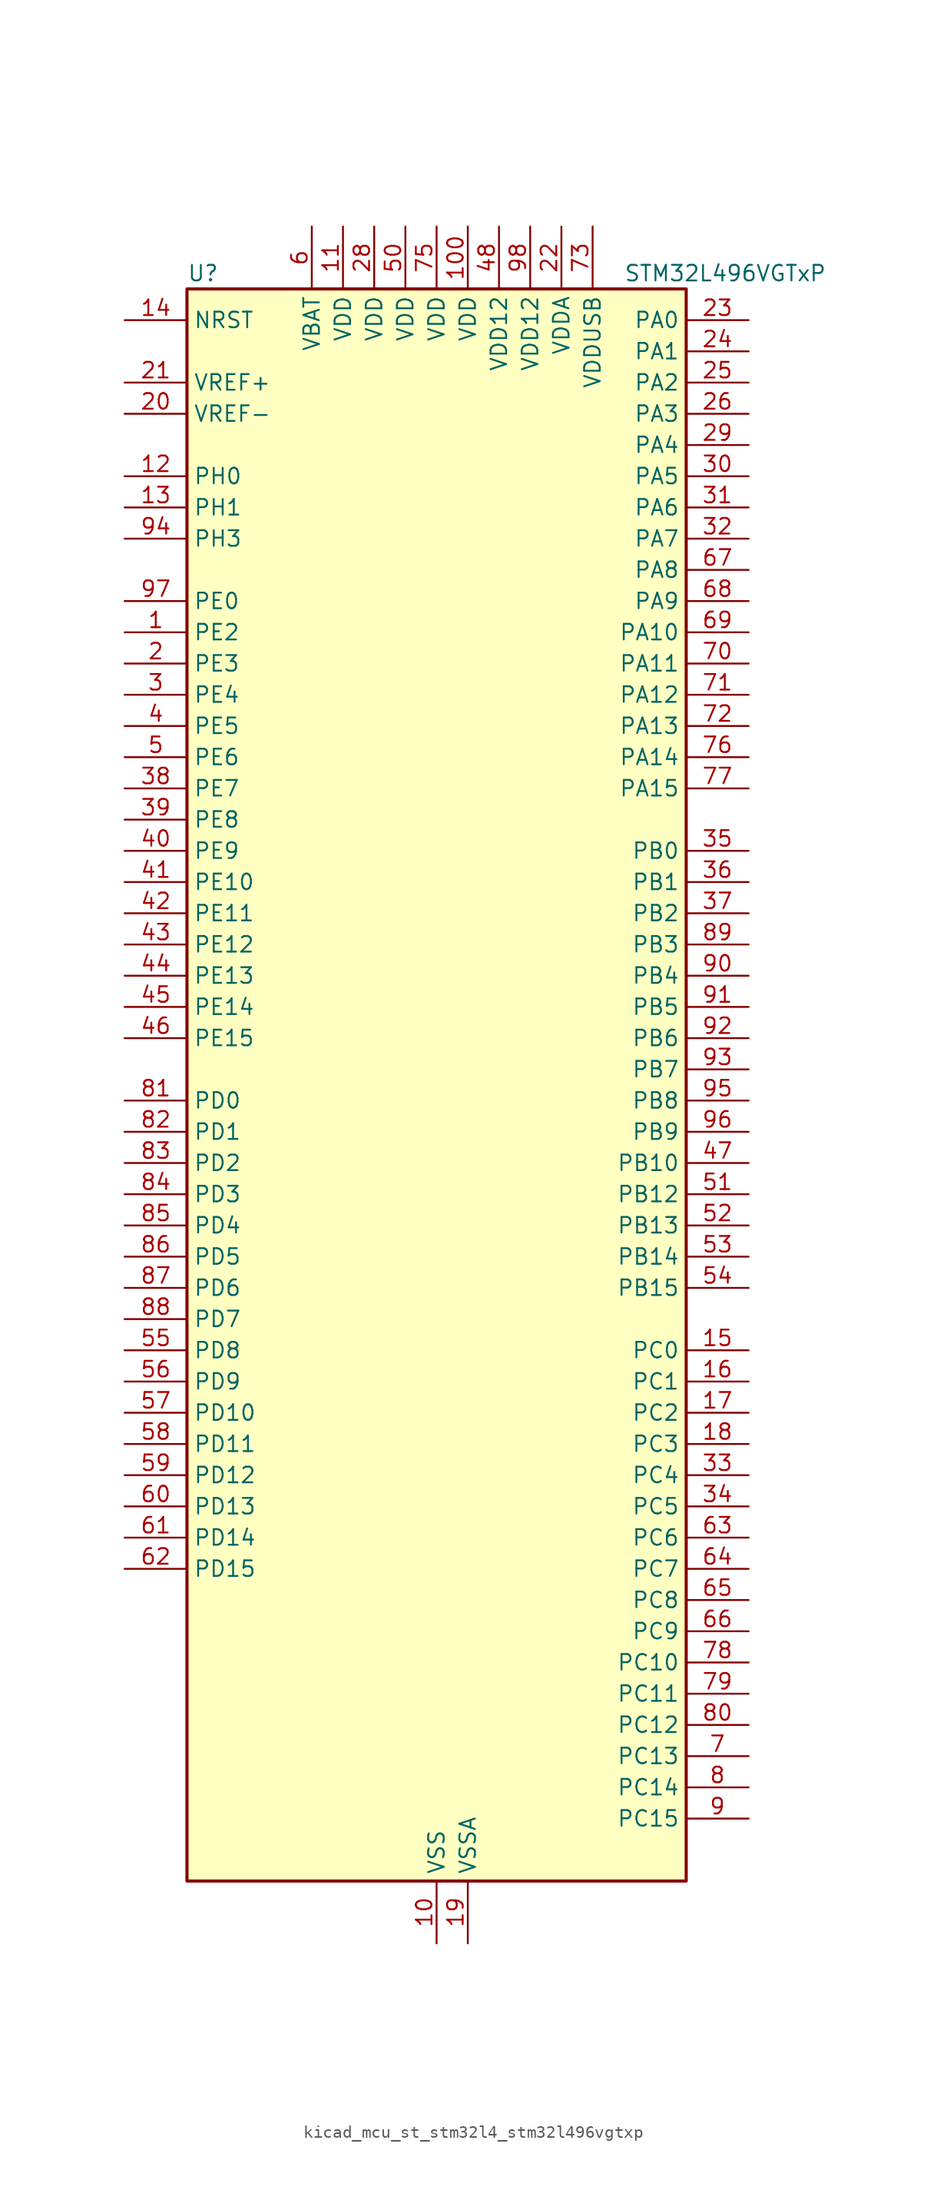
<source format=kicad_sym>
(kicad_symbol_lib
  (version 20220914)
  (generator kicad_symbol_editor)
  (symbol "kicad_mcu_st_stm32l4_stm32l496vgtxp"
    (property "Reference" "U"
      (at -20.32 67.31 0)
      (effects (font (size 1.27 1.27)) (justify left)))
    (property "Value" "STM32L496VGTxP"
      (at 15.24 67.31 0)
      (effects (font (size 1.27 1.27)) (justify left)))
    (property "ki_locked" ""
      (at 0 0 0)
      (effects (font (size 1.27 1.27))))
    (symbol "kicad_mcu_st_stm32l4_stm32l496vgtxp_0_1"
      (rectangle (start -20.32 -63.5) (end 20.32 66.04) (stroke (width 0.254) (type default)) (fill (type background))))
    (symbol "kicad_mcu_st_stm32l4_stm32l496vgtxp_1_1"
      (pin bidirectional line (at -25.4 38.1 0) (length 5.08) (name "PE2" (effects (font (size 1.27 1.27)))) (number "1" (effects (font (size 1.27 1.27)))) (alternate "FMC_A23" bidirectional line) (alternate "LCD_SEG38" bidirectional line) (alternate "SAI1_MCLK_A" bidirectional line) (alternate "SYS_TRACECLK" bidirectional line) (alternate "TIM3_ETR" bidirectional line) (alternate "TSC_G7_IO1" bidirectional line))
      (pin power_in line (at 0 -68.58 90) (length 5.08) (name "VSS" (effects (font (size 1.27 1.27)))) (number "10" (effects (font (size 1.27 1.27)))))
      (pin power_in line (at 2.54 71.12 270) (length 5.08) (name "VDD" (effects (font (size 1.27 1.27)))) (number "100" (effects (font (size 1.27 1.27)))))
      (pin power_in line (at -7.62 71.12 270) (length 5.08) (name "VDD" (effects (font (size 1.27 1.27)))) (number "11" (effects (font (size 1.27 1.27)))))
      (pin bidirectional line (at -25.4 50.8 0) (length 5.08) (name "PH0" (effects (font (size 1.27 1.27)))) (number "12" (effects (font (size 1.27 1.27)))) (alternate "RCC_OSC_IN" bidirectional line))
      (pin bidirectional line (at -25.4 48.26 0) (length 5.08) (name "PH1" (effects (font (size 1.27 1.27)))) (number "13" (effects (font (size 1.27 1.27)))) (alternate "RCC_OSC_OUT" bidirectional line))
      (pin input line (at -25.4 63.5 0) (length 5.08) (name "NRST" (effects (font (size 1.27 1.27)))) (number "14" (effects (font (size 1.27 1.27)))))
      (pin bidirectional line (at 25.4 -20.32 180) (length 5.08) (name "PC0" (effects (font (size 1.27 1.27)))) (number "15" (effects (font (size 1.27 1.27)))) (alternate "ADC1_IN1" bidirectional line) (alternate "ADC2_IN1" bidirectional line) (alternate "ADC3_IN1" bidirectional line) (alternate "DFSDM1_DATIN4" bidirectional line) (alternate "I2C3_SCL" bidirectional line) (alternate "I2C4_SCL" bidirectional line) (alternate "LCD_SEG18" bidirectional line) (alternate "LPTIM1_IN1" bidirectional line) (alternate "LPTIM2_IN1" bidirectional line) (alternate "LPUART1_RX" bidirectional line))
      (pin bidirectional line (at 25.4 -22.86 180) (length 5.08) (name "PC1" (effects (font (size 1.27 1.27)))) (number "16" (effects (font (size 1.27 1.27)))) (alternate "ADC1_IN2" bidirectional line) (alternate "ADC2_IN2" bidirectional line) (alternate "ADC3_IN2" bidirectional line) (alternate "DFSDM1_CKIN4" bidirectional line) (alternate "I2C3_SDA" bidirectional line) (alternate "I2C4_SDA" bidirectional line) (alternate "LCD_SEG19" bidirectional line) (alternate "LPTIM1_OUT" bidirectional line) (alternate "LPUART1_TX" bidirectional line) (alternate "QUADSPI_BK2_IO0" bidirectional line) (alternate "SAI1_SD_A" bidirectional line) (alternate "SPI2_MOSI" bidirectional line) (alternate "SYS_TRACED0" bidirectional line))
      (pin bidirectional line (at 25.4 -25.4 180) (length 5.08) (name "PC2" (effects (font (size 1.27 1.27)))) (number "17" (effects (font (size 1.27 1.27)))) (alternate "ADC1_IN3" bidirectional line) (alternate "ADC2_IN3" bidirectional line) (alternate "ADC3_IN3" bidirectional line) (alternate "DFSDM1_CKOUT" bidirectional line) (alternate "LCD_SEG20" bidirectional line) (alternate "LPTIM1_IN2" bidirectional line) (alternate "QUADSPI_BK2_IO1" bidirectional line) (alternate "SPI2_MISO" bidirectional line))
      (pin bidirectional line (at 25.4 -27.94 180) (length 5.08) (name "PC3" (effects (font (size 1.27 1.27)))) (number "18" (effects (font (size 1.27 1.27)))) (alternate "ADC1_IN4" bidirectional line) (alternate "ADC2_IN4" bidirectional line) (alternate "ADC3_IN4" bidirectional line) (alternate "LCD_VLCD" bidirectional line) (alternate "LPTIM1_ETR" bidirectional line) (alternate "LPTIM2_ETR" bidirectional line) (alternate "QUADSPI_BK2_IO2" bidirectional line) (alternate "SAI1_SD_A" bidirectional line) (alternate "SPI2_MOSI" bidirectional line))
      (pin power_in line (at 2.54 -68.58 90) (length 5.08) (name "VSSA" (effects (font (size 1.27 1.27)))) (number "19" (effects (font (size 1.27 1.27)))))
      (pin bidirectional line (at -25.4 35.56 0) (length 5.08) (name "PE3" (effects (font (size 1.27 1.27)))) (number "2" (effects (font (size 1.27 1.27)))) (alternate "FMC_A19" bidirectional line) (alternate "LCD_SEG39" bidirectional line) (alternate "SAI1_SD_B" bidirectional line) (alternate "SYS_TRACED0" bidirectional line) (alternate "TIM3_CH1" bidirectional line) (alternate "TSC_G7_IO2" bidirectional line))
      (pin input line (at -25.4 55.88 0) (length 5.08) (name "VREF-" (effects (font (size 1.27 1.27)))) (number "20" (effects (font (size 1.27 1.27)))))
      (pin input line (at -25.4 58.42 0) (length 5.08) (name "VREF+" (effects (font (size 1.27 1.27)))) (number "21" (effects (font (size 1.27 1.27)))) (alternate "VREFBUF_OUT" bidirectional line))
      (pin power_in line (at 10.16 71.12 270) (length 5.08) (name "VDDA" (effects (font (size 1.27 1.27)))) (number "22" (effects (font (size 1.27 1.27)))))
      (pin bidirectional line (at 25.4 63.5 180) (length 5.08) (name "PA0" (effects (font (size 1.27 1.27)))) (number "23" (effects (font (size 1.27 1.27)))) (alternate "ADC1_IN5" bidirectional line) (alternate "ADC2_IN5" bidirectional line) (alternate "OPAMP1_VINP" bidirectional line) (alternate "RTC_TAMP2" bidirectional line) (alternate "SAI1_EXTCLK" bidirectional line) (alternate "SYS_WKUP1" bidirectional line) (alternate "TIM2_CH1" bidirectional line) (alternate "TIM2_ETR" bidirectional line) (alternate "TIM5_CH1" bidirectional line) (alternate "TIM8_ETR" bidirectional line) (alternate "UART4_TX" bidirectional line) (alternate "USART2_CTS" bidirectional line))
      (pin bidirectional line (at 25.4 60.96 180) (length 5.08) (name "PA1" (effects (font (size 1.27 1.27)))) (number "24" (effects (font (size 1.27 1.27)))) (alternate "ADC1_IN6" bidirectional line) (alternate "ADC2_IN6" bidirectional line) (alternate "I2C1_SMBA" bidirectional line) (alternate "LCD_SEG0" bidirectional line) (alternate "OPAMP1_VINM" bidirectional line) (alternate "SPI1_SCK" bidirectional line) (alternate "TIM15_CH1N" bidirectional line) (alternate "TIM2_CH2" bidirectional line) (alternate "TIM5_CH2" bidirectional line) (alternate "UART4_RX" bidirectional line) (alternate "USART2_DE" bidirectional line) (alternate "USART2_RTS" bidirectional line))
      (pin bidirectional line (at 25.4 58.42 180) (length 5.08) (name "PA2" (effects (font (size 1.27 1.27)))) (number "25" (effects (font (size 1.27 1.27)))) (alternate "ADC1_IN7" bidirectional line) (alternate "ADC2_IN7" bidirectional line) (alternate "LCD_SEG1" bidirectional line) (alternate "LPUART1_TX" bidirectional line) (alternate "QUADSPI_BK1_NCS" bidirectional line) (alternate "RCC_LSCO" bidirectional line) (alternate "SAI2_EXTCLK" bidirectional line) (alternate "SYS_WKUP4" bidirectional line) (alternate "TIM15_CH1" bidirectional line) (alternate "TIM2_CH3" bidirectional line) (alternate "TIM5_CH3" bidirectional line) (alternate "USART2_TX" bidirectional line))
      (pin bidirectional line (at 25.4 55.88 180) (length 5.08) (name "PA3" (effects (font (size 1.27 1.27)))) (number "26" (effects (font (size 1.27 1.27)))) (alternate "ADC1_IN8" bidirectional line) (alternate "ADC2_IN8" bidirectional line) (alternate "LCD_SEG2" bidirectional line) (alternate "LPUART1_RX" bidirectional line) (alternate "OPAMP1_VOUT" bidirectional line) (alternate "QUADSPI_CLK" bidirectional line) (alternate "SAI1_MCLK_A" bidirectional line) (alternate "TIM15_CH2" bidirectional line) (alternate "TIM2_CH4" bidirectional line) (alternate "TIM5_CH4" bidirectional line) (alternate "USART2_RX" bidirectional line))
      (pin passive line (at 0 -68.58 90) (length 5.08) hide (name "VSS" (effects (font (size 1.27 1.27)))) (number "27" (effects (font (size 1.27 1.27)))))
      (pin power_in line (at -5.08 71.12 270) (length 5.08) (name "VDD" (effects (font (size 1.27 1.27)))) (number "28" (effects (font (size 1.27 1.27)))))
      (pin bidirectional line (at 25.4 53.34 180) (length 5.08) (name "PA4" (effects (font (size 1.27 1.27)))) (number "29" (effects (font (size 1.27 1.27)))) (alternate "ADC1_IN9" bidirectional line) (alternate "ADC2_IN9" bidirectional line) (alternate "DAC1_OUT1" bidirectional line) (alternate "DCMI_HSYNC" bidirectional line) (alternate "LPTIM2_OUT" bidirectional line) (alternate "SAI1_FS_B" bidirectional line) (alternate "SPI1_NSS" bidirectional line) (alternate "SPI3_NSS" bidirectional line) (alternate "USART2_CK" bidirectional line))
      (pin bidirectional line (at -25.4 33.02 0) (length 5.08) (name "PE4" (effects (font (size 1.27 1.27)))) (number "3" (effects (font (size 1.27 1.27)))) (alternate "DCMI_D4" bidirectional line) (alternate "DFSDM1_DATIN3" bidirectional line) (alternate "FMC_A20" bidirectional line) (alternate "SAI1_FS_A" bidirectional line) (alternate "SYS_TRACED1" bidirectional line) (alternate "TIM3_CH2" bidirectional line) (alternate "TSC_G7_IO3" bidirectional line))
      (pin bidirectional line (at 25.4 50.8 180) (length 5.08) (name "PA5" (effects (font (size 1.27 1.27)))) (number "30" (effects (font (size 1.27 1.27)))) (alternate "ADC1_IN10" bidirectional line) (alternate "ADC2_IN10" bidirectional line) (alternate "DAC1_OUT2" bidirectional line) (alternate "LPTIM2_ETR" bidirectional line) (alternate "SPI1_SCK" bidirectional line) (alternate "TIM2_CH1" bidirectional line) (alternate "TIM2_ETR" bidirectional line) (alternate "TIM8_CH1N" bidirectional line))
      (pin bidirectional line (at 25.4 48.26 180) (length 5.08) (name "PA6" (effects (font (size 1.27 1.27)))) (number "31" (effects (font (size 1.27 1.27)))) (alternate "ADC1_IN11" bidirectional line) (alternate "ADC2_IN11" bidirectional line) (alternate "DCMI_PIXCLK" bidirectional line) (alternate "LCD_SEG3" bidirectional line) (alternate "LPUART1_CTS" bidirectional line) (alternate "OPAMP2_VINP" bidirectional line) (alternate "QUADSPI_BK1_IO3" bidirectional line) (alternate "SPI1_MISO" bidirectional line) (alternate "TIM16_CH1" bidirectional line) (alternate "TIM1_BKIN" bidirectional line) (alternate "TIM1_BKIN_COMP2" bidirectional line) (alternate "TIM3_CH1" bidirectional line) (alternate "TIM8_BKIN" bidirectional line) (alternate "TIM8_BKIN_COMP2" bidirectional line) (alternate "USART3_CTS" bidirectional line))
      (pin bidirectional line (at 25.4 45.72 180) (length 5.08) (name "PA7" (effects (font (size 1.27 1.27)))) (number "32" (effects (font (size 1.27 1.27)))) (alternate "ADC1_IN12" bidirectional line) (alternate "ADC2_IN12" bidirectional line) (alternate "I2C3_SCL" bidirectional line) (alternate "LCD_SEG4" bidirectional line) (alternate "OPAMP2_VINM" bidirectional line) (alternate "QUADSPI_BK1_IO2" bidirectional line) (alternate "SPI1_MOSI" bidirectional line) (alternate "TIM17_CH1" bidirectional line) (alternate "TIM1_CH1N" bidirectional line) (alternate "TIM3_CH2" bidirectional line) (alternate "TIM8_CH1N" bidirectional line))
      (pin bidirectional line (at 25.4 -30.48 180) (length 5.08) (name "PC4" (effects (font (size 1.27 1.27)))) (number "33" (effects (font (size 1.27 1.27)))) (alternate "ADC1_IN13" bidirectional line) (alternate "ADC2_IN13" bidirectional line) (alternate "COMP1_INM" bidirectional line) (alternate "LCD_SEG22" bidirectional line) (alternate "QUADSPI_BK2_IO3" bidirectional line) (alternate "USART3_TX" bidirectional line))
      (pin bidirectional line (at 25.4 -33.02 180) (length 5.08) (name "PC5" (effects (font (size 1.27 1.27)))) (number "34" (effects (font (size 1.27 1.27)))) (alternate "ADC1_IN14" bidirectional line) (alternate "ADC2_IN14" bidirectional line) (alternate "COMP1_INP" bidirectional line) (alternate "LCD_SEG23" bidirectional line) (alternate "SYS_WKUP5" bidirectional line) (alternate "USART3_RX" bidirectional line))
      (pin bidirectional line (at 25.4 20.32 180) (length 5.08) (name "PB0" (effects (font (size 1.27 1.27)))) (number "35" (effects (font (size 1.27 1.27)))) (alternate "ADC1_IN15" bidirectional line) (alternate "ADC2_IN15" bidirectional line) (alternate "COMP1_OUT" bidirectional line) (alternate "LCD_SEG5" bidirectional line) (alternate "OPAMP2_VOUT" bidirectional line) (alternate "QUADSPI_BK1_IO1" bidirectional line) (alternate "SAI1_EXTCLK" bidirectional line) (alternate "SPI1_NSS" bidirectional line) (alternate "TIM1_CH2N" bidirectional line) (alternate "TIM3_CH3" bidirectional line) (alternate "TIM8_CH2N" bidirectional line) (alternate "USART3_CK" bidirectional line))
      (pin bidirectional line (at 25.4 17.78 180) (length 5.08) (name "PB1" (effects (font (size 1.27 1.27)))) (number "36" (effects (font (size 1.27 1.27)))) (alternate "ADC1_IN16" bidirectional line) (alternate "ADC2_IN16" bidirectional line) (alternate "COMP1_INM" bidirectional line) (alternate "DFSDM1_DATIN0" bidirectional line) (alternate "LCD_SEG6" bidirectional line) (alternate "LPTIM2_IN1" bidirectional line) (alternate "LPUART1_DE" bidirectional line) (alternate "LPUART1_RTS" bidirectional line) (alternate "QUADSPI_BK1_IO0" bidirectional line) (alternate "TIM1_CH3N" bidirectional line) (alternate "TIM3_CH4" bidirectional line) (alternate "TIM8_CH3N" bidirectional line) (alternate "USART3_DE" bidirectional line) (alternate "USART3_RTS" bidirectional line))
      (pin bidirectional line (at 25.4 15.24 180) (length 5.08) (name "PB2" (effects (font (size 1.27 1.27)))) (number "37" (effects (font (size 1.27 1.27)))) (alternate "COMP1_INP" bidirectional line) (alternate "DFSDM1_CKIN0" bidirectional line) (alternate "I2C3_SMBA" bidirectional line) (alternate "LCD_VLCD" bidirectional line) (alternate "LPTIM1_OUT" bidirectional line) (alternate "RTC_OUT_ALARM" bidirectional line) (alternate "RTC_OUT_CALIB" bidirectional line))
      (pin bidirectional line (at -25.4 25.4 0) (length 5.08) (name "PE7" (effects (font (size 1.27 1.27)))) (number "38" (effects (font (size 1.27 1.27)))) (alternate "DFSDM1_DATIN2" bidirectional line) (alternate "FMC_D4" bidirectional line) (alternate "FMC_DA4" bidirectional line) (alternate "SAI1_SD_B" bidirectional line) (alternate "TIM1_ETR" bidirectional line))
      (pin bidirectional line (at -25.4 22.86 0) (length 5.08) (name "PE8" (effects (font (size 1.27 1.27)))) (number "39" (effects (font (size 1.27 1.27)))) (alternate "DFSDM1_CKIN2" bidirectional line) (alternate "FMC_D5" bidirectional line) (alternate "FMC_DA5" bidirectional line) (alternate "SAI1_SCK_B" bidirectional line) (alternate "TIM1_CH1N" bidirectional line))
      (pin bidirectional line (at -25.4 30.48 0) (length 5.08) (name "PE5" (effects (font (size 1.27 1.27)))) (number "4" (effects (font (size 1.27 1.27)))) (alternate "DCMI_D6" bidirectional line) (alternate "DFSDM1_CKIN3" bidirectional line) (alternate "FMC_A21" bidirectional line) (alternate "SAI1_SCK_A" bidirectional line) (alternate "SYS_TRACED2" bidirectional line) (alternate "TIM3_CH3" bidirectional line) (alternate "TSC_G7_IO4" bidirectional line))
      (pin bidirectional line (at -25.4 20.32 0) (length 5.08) (name "PE9" (effects (font (size 1.27 1.27)))) (number "40" (effects (font (size 1.27 1.27)))) (alternate "DAC1_EXTI9" bidirectional line) (alternate "DFSDM1_CKOUT" bidirectional line) (alternate "FMC_D6" bidirectional line) (alternate "FMC_DA6" bidirectional line) (alternate "SAI1_FS_B" bidirectional line) (alternate "TIM1_CH1" bidirectional line))
      (pin bidirectional line (at -25.4 17.78 0) (length 5.08) (name "PE10" (effects (font (size 1.27 1.27)))) (number "41" (effects (font (size 1.27 1.27)))) (alternate "DFSDM1_DATIN4" bidirectional line) (alternate "FMC_D7" bidirectional line) (alternate "FMC_DA7" bidirectional line) (alternate "QUADSPI_CLK" bidirectional line) (alternate "SAI1_MCLK_B" bidirectional line) (alternate "TIM1_CH2N" bidirectional line) (alternate "TSC_G5_IO1" bidirectional line))
      (pin bidirectional line (at -25.4 15.24 0) (length 5.08) (name "PE11" (effects (font (size 1.27 1.27)))) (number "42" (effects (font (size 1.27 1.27)))) (alternate "ADC1_EXTI11" bidirectional line) (alternate "ADC2_EXTI11" bidirectional line) (alternate "ADC3_EXTI11" bidirectional line) (alternate "DFSDM1_CKIN4" bidirectional line) (alternate "FMC_D8" bidirectional line) (alternate "FMC_DA8" bidirectional line) (alternate "QUADSPI_BK1_NCS" bidirectional line) (alternate "TIM1_CH2" bidirectional line) (alternate "TSC_G5_IO2" bidirectional line))
      (pin bidirectional line (at -25.4 12.7 0) (length 5.08) (name "PE12" (effects (font (size 1.27 1.27)))) (number "43" (effects (font (size 1.27 1.27)))) (alternate "DFSDM1_DATIN5" bidirectional line) (alternate "FMC_D9" bidirectional line) (alternate "FMC_DA9" bidirectional line) (alternate "QUADSPI_BK1_IO0" bidirectional line) (alternate "SPI1_NSS" bidirectional line) (alternate "TIM1_CH3N" bidirectional line) (alternate "TSC_G5_IO3" bidirectional line))
      (pin bidirectional line (at -25.4 10.16 0) (length 5.08) (name "PE13" (effects (font (size 1.27 1.27)))) (number "44" (effects (font (size 1.27 1.27)))) (alternate "DFSDM1_CKIN5" bidirectional line) (alternate "FMC_D10" bidirectional line) (alternate "FMC_DA10" bidirectional line) (alternate "QUADSPI_BK1_IO1" bidirectional line) (alternate "SPI1_SCK" bidirectional line) (alternate "TIM1_CH3" bidirectional line) (alternate "TSC_G5_IO4" bidirectional line))
      (pin bidirectional line (at -25.4 7.62 0) (length 5.08) (name "PE14" (effects (font (size 1.27 1.27)))) (number "45" (effects (font (size 1.27 1.27)))) (alternate "FMC_D11" bidirectional line) (alternate "FMC_DA11" bidirectional line) (alternate "QUADSPI_BK1_IO2" bidirectional line) (alternate "SPI1_MISO" bidirectional line) (alternate "TIM1_BKIN2" bidirectional line) (alternate "TIM1_BKIN2_COMP2" bidirectional line) (alternate "TIM1_CH4" bidirectional line))
      (pin bidirectional line (at -25.4 5.08 0) (length 5.08) (name "PE15" (effects (font (size 1.27 1.27)))) (number "46" (effects (font (size 1.27 1.27)))) (alternate "ADC1_EXTI15" bidirectional line) (alternate "ADC2_EXTI15" bidirectional line) (alternate "ADC3_EXTI15" bidirectional line) (alternate "FMC_D12" bidirectional line) (alternate "FMC_DA12" bidirectional line) (alternate "QUADSPI_BK1_IO3" bidirectional line) (alternate "SPI1_MOSI" bidirectional line) (alternate "TIM1_BKIN" bidirectional line) (alternate "TIM1_BKIN_COMP1" bidirectional line))
      (pin bidirectional line (at 25.4 -5.08 180) (length 5.08) (name "PB10" (effects (font (size 1.27 1.27)))) (number "47" (effects (font (size 1.27 1.27)))) (alternate "COMP1_OUT" bidirectional line) (alternate "DFSDM1_DATIN7" bidirectional line) (alternate "I2C2_SCL" bidirectional line) (alternate "I2C4_SCL" bidirectional line) (alternate "LCD_SEG10" bidirectional line) (alternate "LPUART1_RX" bidirectional line) (alternate "QUADSPI_CLK" bidirectional line) (alternate "SAI1_SCK_A" bidirectional line) (alternate "SPI2_SCK" bidirectional line) (alternate "TIM2_CH3" bidirectional line) (alternate "TSC_SYNC" bidirectional line) (alternate "USART3_TX" bidirectional line))
      (pin power_in line (at 5.08 71.12 270) (length 5.08) (name "VDD12" (effects (font (size 1.27 1.27)))) (number "48" (effects (font (size 1.27 1.27)))))
      (pin passive line (at 0 -68.58 90) (length 5.08) hide (name "VSS" (effects (font (size 1.27 1.27)))) (number "49" (effects (font (size 1.27 1.27)))))
      (pin bidirectional line (at -25.4 27.94 0) (length 5.08) (name "PE6" (effects (font (size 1.27 1.27)))) (number "5" (effects (font (size 1.27 1.27)))) (alternate "DCMI_D7" bidirectional line) (alternate "FMC_A22" bidirectional line) (alternate "RTC_TAMP3" bidirectional line) (alternate "SAI1_SD_A" bidirectional line) (alternate "SYS_TRACED3" bidirectional line) (alternate "SYS_WKUP3" bidirectional line) (alternate "TIM3_CH4" bidirectional line))
      (pin power_in line (at -2.54 71.12 270) (length 5.08) (name "VDD" (effects (font (size 1.27 1.27)))) (number "50" (effects (font (size 1.27 1.27)))))
      (pin bidirectional line (at 25.4 -7.62 180) (length 5.08) (name "PB12" (effects (font (size 1.27 1.27)))) (number "51" (effects (font (size 1.27 1.27)))) (alternate "CAN2_RX" bidirectional line) (alternate "DFSDM1_DATIN1" bidirectional line) (alternate "I2C2_SMBA" bidirectional line) (alternate "LCD_SEG12" bidirectional line) (alternate "LPUART1_DE" bidirectional line) (alternate "LPUART1_RTS" bidirectional line) (alternate "SAI2_FS_A" bidirectional line) (alternate "SPI2_NSS" bidirectional line) (alternate "SWPMI1_IO" bidirectional line) (alternate "TIM15_BKIN" bidirectional line) (alternate "TIM1_BKIN" bidirectional line) (alternate "TIM1_BKIN_COMP2" bidirectional line) (alternate "TSC_G1_IO1" bidirectional line) (alternate "USART3_CK" bidirectional line))
      (pin bidirectional line (at 25.4 -10.16 180) (length 5.08) (name "PB13" (effects (font (size 1.27 1.27)))) (number "52" (effects (font (size 1.27 1.27)))) (alternate "CAN2_TX" bidirectional line) (alternate "DFSDM1_CKIN1" bidirectional line) (alternate "I2C2_SCL" bidirectional line) (alternate "LCD_SEG13" bidirectional line) (alternate "LPUART1_CTS" bidirectional line) (alternate "SAI2_SCK_A" bidirectional line) (alternate "SPI2_SCK" bidirectional line) (alternate "SWPMI1_TX" bidirectional line) (alternate "TIM15_CH1N" bidirectional line) (alternate "TIM1_CH1N" bidirectional line) (alternate "TSC_G1_IO2" bidirectional line) (alternate "USART3_CTS" bidirectional line))
      (pin bidirectional line (at 25.4 -12.7 180) (length 5.08) (name "PB14" (effects (font (size 1.27 1.27)))) (number "53" (effects (font (size 1.27 1.27)))) (alternate "DFSDM1_DATIN2" bidirectional line) (alternate "I2C2_SDA" bidirectional line) (alternate "LCD_SEG14" bidirectional line) (alternate "SAI2_MCLK_A" bidirectional line) (alternate "SPI2_MISO" bidirectional line) (alternate "SWPMI1_RX" bidirectional line) (alternate "TIM15_CH1" bidirectional line) (alternate "TIM1_CH2N" bidirectional line) (alternate "TIM8_CH2N" bidirectional line) (alternate "TSC_G1_IO3" bidirectional line) (alternate "USART3_DE" bidirectional line) (alternate "USART3_RTS" bidirectional line))
      (pin bidirectional line (at 25.4 -15.24 180) (length 5.08) (name "PB15" (effects (font (size 1.27 1.27)))) (number "54" (effects (font (size 1.27 1.27)))) (alternate "ADC1_EXTI15" bidirectional line) (alternate "ADC2_EXTI15" bidirectional line) (alternate "ADC3_EXTI15" bidirectional line) (alternate "DFSDM1_CKIN2" bidirectional line) (alternate "LCD_SEG15" bidirectional line) (alternate "RTC_REFIN" bidirectional line) (alternate "SAI2_SD_A" bidirectional line) (alternate "SPI2_MOSI" bidirectional line) (alternate "SWPMI1_SUSPEND" bidirectional line) (alternate "TIM15_CH2" bidirectional line) (alternate "TIM1_CH3N" bidirectional line) (alternate "TIM8_CH3N" bidirectional line) (alternate "TSC_G1_IO4" bidirectional line))
      (pin bidirectional line (at -25.4 -20.32 0) (length 5.08) (name "PD8" (effects (font (size 1.27 1.27)))) (number "55" (effects (font (size 1.27 1.27)))) (alternate "DCMI_HSYNC" bidirectional line) (alternate "FMC_D13" bidirectional line) (alternate "FMC_DA13" bidirectional line) (alternate "LCD_SEG28" bidirectional line) (alternate "USART3_TX" bidirectional line))
      (pin bidirectional line (at -25.4 -22.86 0) (length 5.08) (name "PD9" (effects (font (size 1.27 1.27)))) (number "56" (effects (font (size 1.27 1.27)))) (alternate "DAC1_EXTI9" bidirectional line) (alternate "DCMI_PIXCLK" bidirectional line) (alternate "FMC_D14" bidirectional line) (alternate "FMC_DA14" bidirectional line) (alternate "LCD_SEG29" bidirectional line) (alternate "SAI2_MCLK_A" bidirectional line) (alternate "USART3_RX" bidirectional line))
      (pin bidirectional line (at -25.4 -25.4 0) (length 5.08) (name "PD10" (effects (font (size 1.27 1.27)))) (number "57" (effects (font (size 1.27 1.27)))) (alternate "FMC_D15" bidirectional line) (alternate "FMC_DA15" bidirectional line) (alternate "LCD_SEG30" bidirectional line) (alternate "SAI2_SCK_A" bidirectional line) (alternate "TSC_G6_IO1" bidirectional line) (alternate "USART3_CK" bidirectional line))
      (pin bidirectional line (at -25.4 -27.94 0) (length 5.08) (name "PD11" (effects (font (size 1.27 1.27)))) (number "58" (effects (font (size 1.27 1.27)))) (alternate "ADC1_EXTI11" bidirectional line) (alternate "ADC2_EXTI11" bidirectional line) (alternate "ADC3_EXTI11" bidirectional line) (alternate "FMC_A16" bidirectional line) (alternate "FMC_CLE" bidirectional line) (alternate "I2C4_SMBA" bidirectional line) (alternate "LCD_SEG31" bidirectional line) (alternate "LPTIM2_ETR" bidirectional line) (alternate "SAI2_SD_A" bidirectional line) (alternate "TSC_G6_IO2" bidirectional line) (alternate "USART3_CTS" bidirectional line))
      (pin bidirectional line (at -25.4 -30.48 0) (length 5.08) (name "PD12" (effects (font (size 1.27 1.27)))) (number "59" (effects (font (size 1.27 1.27)))) (alternate "FMC_A17" bidirectional line) (alternate "FMC_ALE" bidirectional line) (alternate "I2C4_SCL" bidirectional line) (alternate "LCD_SEG32" bidirectional line) (alternate "LPTIM2_IN1" bidirectional line) (alternate "SAI2_FS_A" bidirectional line) (alternate "TIM4_CH1" bidirectional line) (alternate "TSC_G6_IO3" bidirectional line) (alternate "USART3_DE" bidirectional line) (alternate "USART3_RTS" bidirectional line))
      (pin power_in line (at -10.16 71.12 270) (length 5.08) (name "VBAT" (effects (font (size 1.27 1.27)))) (number "6" (effects (font (size 1.27 1.27)))))
      (pin bidirectional line (at -25.4 -33.02 0) (length 5.08) (name "PD13" (effects (font (size 1.27 1.27)))) (number "60" (effects (font (size 1.27 1.27)))) (alternate "FMC_A18" bidirectional line) (alternate "I2C4_SDA" bidirectional line) (alternate "LCD_SEG33" bidirectional line) (alternate "LPTIM2_OUT" bidirectional line) (alternate "TIM4_CH2" bidirectional line) (alternate "TSC_G6_IO4" bidirectional line))
      (pin bidirectional line (at -25.4 -35.56 0) (length 5.08) (name "PD14" (effects (font (size 1.27 1.27)))) (number "61" (effects (font (size 1.27 1.27)))) (alternate "FMC_D0" bidirectional line) (alternate "FMC_DA0" bidirectional line) (alternate "LCD_SEG34" bidirectional line) (alternate "TIM4_CH3" bidirectional line))
      (pin bidirectional line (at -25.4 -38.1 0) (length 5.08) (name "PD15" (effects (font (size 1.27 1.27)))) (number "62" (effects (font (size 1.27 1.27)))) (alternate "ADC1_EXTI15" bidirectional line) (alternate "ADC2_EXTI15" bidirectional line) (alternate "ADC3_EXTI15" bidirectional line) (alternate "FMC_D1" bidirectional line) (alternate "FMC_DA1" bidirectional line) (alternate "LCD_SEG35" bidirectional line) (alternate "TIM4_CH4" bidirectional line))
      (pin bidirectional line (at 25.4 -35.56 180) (length 5.08) (name "PC6" (effects (font (size 1.27 1.27)))) (number "63" (effects (font (size 1.27 1.27)))) (alternate "DCMI_D0" bidirectional line) (alternate "DFSDM1_CKIN3" bidirectional line) (alternate "LCD_SEG24" bidirectional line) (alternate "SAI2_MCLK_A" bidirectional line) (alternate "SDMMC1_D6" bidirectional line) (alternate "TIM3_CH1" bidirectional line) (alternate "TIM8_CH1" bidirectional line) (alternate "TSC_G4_IO1" bidirectional line))
      (pin bidirectional line (at 25.4 -38.1 180) (length 5.08) (name "PC7" (effects (font (size 1.27 1.27)))) (number "64" (effects (font (size 1.27 1.27)))) (alternate "DCMI_D1" bidirectional line) (alternate "DFSDM1_DATIN3" bidirectional line) (alternate "LCD_SEG25" bidirectional line) (alternate "SAI2_MCLK_B" bidirectional line) (alternate "SDMMC1_D7" bidirectional line) (alternate "TIM3_CH2" bidirectional line) (alternate "TIM8_CH2" bidirectional line) (alternate "TSC_G4_IO2" bidirectional line))
      (pin bidirectional line (at 25.4 -40.64 180) (length 5.08) (name "PC8" (effects (font (size 1.27 1.27)))) (number "65" (effects (font (size 1.27 1.27)))) (alternate "DCMI_D2" bidirectional line) (alternate "LCD_SEG26" bidirectional line) (alternate "SDMMC1_D0" bidirectional line) (alternate "TIM3_CH3" bidirectional line) (alternate "TIM8_CH3" bidirectional line) (alternate "TSC_G4_IO3" bidirectional line))
      (pin bidirectional line (at 25.4 -43.18 180) (length 5.08) (name "PC9" (effects (font (size 1.27 1.27)))) (number "66" (effects (font (size 1.27 1.27)))) (alternate "DAC1_EXTI9" bidirectional line) (alternate "DCMI_D3" bidirectional line) (alternate "I2C3_SDA" bidirectional line) (alternate "LCD_SEG27" bidirectional line) (alternate "SAI2_EXTCLK" bidirectional line) (alternate "SDMMC1_D1" bidirectional line) (alternate "TIM3_CH4" bidirectional line) (alternate "TIM8_BKIN2" bidirectional line) (alternate "TIM8_BKIN2_COMP1" bidirectional line) (alternate "TIM8_CH4" bidirectional line) (alternate "TSC_G4_IO4" bidirectional line) (alternate "USB_OTG_FS_NOE" bidirectional line))
      (pin bidirectional line (at 25.4 43.18 180) (length 5.08) (name "PA8" (effects (font (size 1.27 1.27)))) (number "67" (effects (font (size 1.27 1.27)))) (alternate "LCD_COM0" bidirectional line) (alternate "LPTIM2_OUT" bidirectional line) (alternate "RCC_MCO" bidirectional line) (alternate "SAI1_SCK_A" bidirectional line) (alternate "SWPMI1_IO" bidirectional line) (alternate "TIM1_CH1" bidirectional line) (alternate "USART1_CK" bidirectional line) (alternate "USB_OTG_FS_SOF" bidirectional line))
      (pin bidirectional line (at 25.4 40.64 180) (length 5.08) (name "PA9" (effects (font (size 1.27 1.27)))) (number "68" (effects (font (size 1.27 1.27)))) (alternate "DAC1_EXTI9" bidirectional line) (alternate "DCMI_D0" bidirectional line) (alternate "LCD_COM1" bidirectional line) (alternate "SAI1_FS_A" bidirectional line) (alternate "SPI2_SCK" bidirectional line) (alternate "TIM15_BKIN" bidirectional line) (alternate "TIM1_CH2" bidirectional line) (alternate "USART1_TX" bidirectional line) (alternate "USB_OTG_FS_VBUS" bidirectional line))
      (pin bidirectional line (at 25.4 38.1 180) (length 5.08) (name "PA10" (effects (font (size 1.27 1.27)))) (number "69" (effects (font (size 1.27 1.27)))) (alternate "DCMI_D1" bidirectional line) (alternate "LCD_COM2" bidirectional line) (alternate "SAI1_SD_A" bidirectional line) (alternate "TIM17_BKIN" bidirectional line) (alternate "TIM1_CH3" bidirectional line) (alternate "USART1_RX" bidirectional line) (alternate "USB_OTG_FS_ID" bidirectional line))
      (pin bidirectional line (at 25.4 -53.34 180) (length 5.08) (name "PC13" (effects (font (size 1.27 1.27)))) (number "7" (effects (font (size 1.27 1.27)))) (alternate "RTC_OUT_ALARM" bidirectional line) (alternate "RTC_OUT_CALIB" bidirectional line) (alternate "RTC_TAMP1" bidirectional line) (alternate "RTC_TS" bidirectional line) (alternate "SYS_WKUP2" bidirectional line))
      (pin bidirectional line (at 25.4 35.56 180) (length 5.08) (name "PA11" (effects (font (size 1.27 1.27)))) (number "70" (effects (font (size 1.27 1.27)))) (alternate "ADC1_EXTI11" bidirectional line) (alternate "ADC2_EXTI11" bidirectional line) (alternate "ADC3_EXTI11" bidirectional line) (alternate "CAN1_RX" bidirectional line) (alternate "SPI1_MISO" bidirectional line) (alternate "TIM1_BKIN2" bidirectional line) (alternate "TIM1_BKIN2_COMP1" bidirectional line) (alternate "TIM1_CH4" bidirectional line) (alternate "USART1_CTS" bidirectional line) (alternate "USB_OTG_FS_DM" bidirectional line))
      (pin bidirectional line (at 25.4 33.02 180) (length 5.08) (name "PA12" (effects (font (size 1.27 1.27)))) (number "71" (effects (font (size 1.27 1.27)))) (alternate "CAN1_TX" bidirectional line) (alternate "SPI1_MOSI" bidirectional line) (alternate "TIM1_ETR" bidirectional line) (alternate "USART1_DE" bidirectional line) (alternate "USART1_RTS" bidirectional line) (alternate "USB_OTG_FS_DP" bidirectional line))
      (pin bidirectional line (at 25.4 30.48 180) (length 5.08) (name "PA13" (effects (font (size 1.27 1.27)))) (number "72" (effects (font (size 1.27 1.27)))) (alternate "IR_OUT" bidirectional line) (alternate "SAI1_SD_B" bidirectional line) (alternate "SWPMI1_TX" bidirectional line) (alternate "SYS_JTMS-SWDIO" bidirectional line) (alternate "USB_OTG_FS_NOE" bidirectional line))
      (pin power_in line (at 12.7 71.12 270) (length 5.08) (name "VDDUSB" (effects (font (size 1.27 1.27)))) (number "73" (effects (font (size 1.27 1.27)))))
      (pin passive line (at 0 -68.58 90) (length 5.08) hide (name "VSS" (effects (font (size 1.27 1.27)))) (number "74" (effects (font (size 1.27 1.27)))))
      (pin power_in line (at 0 71.12 270) (length 5.08) (name "VDD" (effects (font (size 1.27 1.27)))) (number "75" (effects (font (size 1.27 1.27)))))
      (pin bidirectional line (at 25.4 27.94 180) (length 5.08) (name "PA14" (effects (font (size 1.27 1.27)))) (number "76" (effects (font (size 1.27 1.27)))) (alternate "I2C1_SMBA" bidirectional line) (alternate "I2C4_SMBA" bidirectional line) (alternate "LPTIM1_OUT" bidirectional line) (alternate "SAI1_FS_B" bidirectional line) (alternate "SWPMI1_RX" bidirectional line) (alternate "SYS_JTCK-SWCLK" bidirectional line) (alternate "USB_OTG_FS_SOF" bidirectional line))
      (pin bidirectional line (at 25.4 25.4 180) (length 5.08) (name "PA15" (effects (font (size 1.27 1.27)))) (number "77" (effects (font (size 1.27 1.27)))) (alternate "ADC1_EXTI15" bidirectional line) (alternate "ADC2_EXTI15" bidirectional line) (alternate "ADC3_EXTI15" bidirectional line) (alternate "LCD_SEG17" bidirectional line) (alternate "SAI2_FS_B" bidirectional line) (alternate "SPI1_NSS" bidirectional line) (alternate "SPI3_NSS" bidirectional line) (alternate "SWPMI1_SUSPEND" bidirectional line) (alternate "SYS_JTDI" bidirectional line) (alternate "TIM2_CH1" bidirectional line) (alternate "TIM2_ETR" bidirectional line) (alternate "TSC_G3_IO1" bidirectional line) (alternate "UART4_DE" bidirectional line) (alternate "UART4_RTS" bidirectional line) (alternate "USART2_RX" bidirectional line) (alternate "USART3_DE" bidirectional line) (alternate "USART3_RTS" bidirectional line))
      (pin bidirectional line (at 25.4 -45.72 180) (length 5.08) (name "PC10" (effects (font (size 1.27 1.27)))) (number "78" (effects (font (size 1.27 1.27)))) (alternate "DCMI_D8" bidirectional line) (alternate "LCD_COM4" bidirectional line) (alternate "LCD_SEG28" bidirectional line) (alternate "LCD_SEG40" bidirectional line) (alternate "SAI2_SCK_B" bidirectional line) (alternate "SDMMC1_D2" bidirectional line) (alternate "SPI3_SCK" bidirectional line) (alternate "SYS_TRACED1" bidirectional line) (alternate "TSC_G3_IO2" bidirectional line) (alternate "UART4_TX" bidirectional line) (alternate "USART3_TX" bidirectional line))
      (pin bidirectional line (at 25.4 -48.26 180) (length 5.08) (name "PC11" (effects (font (size 1.27 1.27)))) (number "79" (effects (font (size 1.27 1.27)))) (alternate "ADC1_EXTI11" bidirectional line) (alternate "ADC2_EXTI11" bidirectional line) (alternate "ADC3_EXTI11" bidirectional line) (alternate "DCMI_D4" bidirectional line) (alternate "LCD_COM5" bidirectional line) (alternate "LCD_SEG29" bidirectional line) (alternate "LCD_SEG41" bidirectional line) (alternate "QUADSPI_BK2_NCS" bidirectional line) (alternate "SAI2_MCLK_B" bidirectional line) (alternate "SDMMC1_D3" bidirectional line) (alternate "SPI3_MISO" bidirectional line) (alternate "TSC_G3_IO3" bidirectional line) (alternate "UART4_RX" bidirectional line) (alternate "USART3_RX" bidirectional line))
      (pin bidirectional line (at 25.4 -55.88 180) (length 5.08) (name "PC14" (effects (font (size 1.27 1.27)))) (number "8" (effects (font (size 1.27 1.27)))) (alternate "RCC_OSC32_IN" bidirectional line))
      (pin bidirectional line (at 25.4 -50.8 180) (length 5.08) (name "PC12" (effects (font (size 1.27 1.27)))) (number "80" (effects (font (size 1.27 1.27)))) (alternate "DCMI_D9" bidirectional line) (alternate "LCD_COM6" bidirectional line) (alternate "LCD_SEG30" bidirectional line) (alternate "LCD_SEG42" bidirectional line) (alternate "SAI2_SD_B" bidirectional line) (alternate "SDMMC1_CK" bidirectional line) (alternate "SPI3_MOSI" bidirectional line) (alternate "SYS_TRACED3" bidirectional line) (alternate "TSC_G3_IO4" bidirectional line) (alternate "UART5_TX" bidirectional line) (alternate "USART3_CK" bidirectional line))
      (pin bidirectional line (at -25.4 0 0) (length 5.08) (name "PD0" (effects (font (size 1.27 1.27)))) (number "81" (effects (font (size 1.27 1.27)))) (alternate "CAN1_RX" bidirectional line) (alternate "DFSDM1_DATIN7" bidirectional line) (alternate "FMC_D2" bidirectional line) (alternate "FMC_DA2" bidirectional line) (alternate "SPI2_NSS" bidirectional line))
      (pin bidirectional line (at -25.4 -2.54 0) (length 5.08) (name "PD1" (effects (font (size 1.27 1.27)))) (number "82" (effects (font (size 1.27 1.27)))) (alternate "CAN1_TX" bidirectional line) (alternate "DFSDM1_CKIN7" bidirectional line) (alternate "FMC_D3" bidirectional line) (alternate "FMC_DA3" bidirectional line) (alternate "SPI2_SCK" bidirectional line))
      (pin bidirectional line (at -25.4 -5.08 0) (length 5.08) (name "PD2" (effects (font (size 1.27 1.27)))) (number "83" (effects (font (size 1.27 1.27)))) (alternate "DCMI_D11" bidirectional line) (alternate "LCD_COM7" bidirectional line) (alternate "LCD_SEG31" bidirectional line) (alternate "LCD_SEG43" bidirectional line) (alternate "SDMMC1_CMD" bidirectional line) (alternate "SYS_TRACED2" bidirectional line) (alternate "TIM3_ETR" bidirectional line) (alternate "TSC_SYNC" bidirectional line) (alternate "UART5_RX" bidirectional line) (alternate "USART3_DE" bidirectional line) (alternate "USART3_RTS" bidirectional line))
      (pin bidirectional line (at -25.4 -7.62 0) (length 5.08) (name "PD3" (effects (font (size 1.27 1.27)))) (number "84" (effects (font (size 1.27 1.27)))) (alternate "DCMI_D5" bidirectional line) (alternate "DFSDM1_DATIN0" bidirectional line) (alternate "FMC_CLK" bidirectional line) (alternate "QUADSPI_BK2_NCS" bidirectional line) (alternate "SPI2_MISO" bidirectional line) (alternate "SPI2_SCK" bidirectional line) (alternate "USART2_CTS" bidirectional line))
      (pin bidirectional line (at -25.4 -10.16 0) (length 5.08) (name "PD4" (effects (font (size 1.27 1.27)))) (number "85" (effects (font (size 1.27 1.27)))) (alternate "DFSDM1_CKIN0" bidirectional line) (alternate "FMC_NOE" bidirectional line) (alternate "QUADSPI_BK2_IO0" bidirectional line) (alternate "SPI2_MOSI" bidirectional line) (alternate "USART2_DE" bidirectional line) (alternate "USART2_RTS" bidirectional line))
      (pin bidirectional line (at -25.4 -12.7 0) (length 5.08) (name "PD5" (effects (font (size 1.27 1.27)))) (number "86" (effects (font (size 1.27 1.27)))) (alternate "FMC_NWE" bidirectional line) (alternate "QUADSPI_BK2_IO1" bidirectional line) (alternate "USART2_TX" bidirectional line))
      (pin bidirectional line (at -25.4 -15.24 0) (length 5.08) (name "PD6" (effects (font (size 1.27 1.27)))) (number "87" (effects (font (size 1.27 1.27)))) (alternate "DCMI_D10" bidirectional line) (alternate "DFSDM1_DATIN1" bidirectional line) (alternate "FMC_NWAIT" bidirectional line) (alternate "QUADSPI_BK2_IO1" bidirectional line) (alternate "QUADSPI_BK2_IO2" bidirectional line) (alternate "SAI1_SD_A" bidirectional line) (alternate "USART2_RX" bidirectional line))
      (pin bidirectional line (at -25.4 -17.78 0) (length 5.08) (name "PD7" (effects (font (size 1.27 1.27)))) (number "88" (effects (font (size 1.27 1.27)))) (alternate "DFSDM1_CKIN1" bidirectional line) (alternate "FMC_NE1" bidirectional line) (alternate "QUADSPI_BK2_IO3" bidirectional line) (alternate "USART2_CK" bidirectional line))
      (pin bidirectional line (at 25.4 12.7 180) (length 5.08) (name "PB3" (effects (font (size 1.27 1.27)))) (number "89" (effects (font (size 1.27 1.27)))) (alternate "COMP2_INM" bidirectional line) (alternate "CRS_SYNC" bidirectional line) (alternate "LCD_SEG7" bidirectional line) (alternate "SAI1_SCK_B" bidirectional line) (alternate "SPI1_SCK" bidirectional line) (alternate "SPI3_SCK" bidirectional line) (alternate "SYS_JTDO-SWO" bidirectional line) (alternate "TIM2_CH2" bidirectional line) (alternate "USART1_DE" bidirectional line) (alternate "USART1_RTS" bidirectional line))
      (pin bidirectional line (at 25.4 -58.42 180) (length 5.08) (name "PC15" (effects (font (size 1.27 1.27)))) (number "9" (effects (font (size 1.27 1.27)))) (alternate "ADC1_EXTI15" bidirectional line) (alternate "ADC2_EXTI15" bidirectional line) (alternate "ADC3_EXTI15" bidirectional line) (alternate "RCC_OSC32_OUT" bidirectional line))
      (pin bidirectional line (at 25.4 10.16 180) (length 5.08) (name "PB4" (effects (font (size 1.27 1.27)))) (number "90" (effects (font (size 1.27 1.27)))) (alternate "COMP2_INP" bidirectional line) (alternate "DCMI_D12" bidirectional line) (alternate "I2C3_SDA" bidirectional line) (alternate "LCD_SEG8" bidirectional line) (alternate "SAI1_MCLK_B" bidirectional line) (alternate "SPI1_MISO" bidirectional line) (alternate "SPI3_MISO" bidirectional line) (alternate "SYS_JTRST" bidirectional line) (alternate "TIM17_BKIN" bidirectional line) (alternate "TIM3_CH1" bidirectional line) (alternate "TSC_G2_IO1" bidirectional line) (alternate "UART5_DE" bidirectional line) (alternate "UART5_RTS" bidirectional line) (alternate "USART1_CTS" bidirectional line))
      (pin bidirectional line (at 25.4 7.62 180) (length 5.08) (name "PB5" (effects (font (size 1.27 1.27)))) (number "91" (effects (font (size 1.27 1.27)))) (alternate "CAN2_RX" bidirectional line) (alternate "COMP2_OUT" bidirectional line) (alternate "DCMI_D10" bidirectional line) (alternate "I2C1_SMBA" bidirectional line) (alternate "LCD_SEG9" bidirectional line) (alternate "LPTIM1_IN1" bidirectional line) (alternate "SAI1_SD_B" bidirectional line) (alternate "SPI1_MOSI" bidirectional line) (alternate "SPI3_MOSI" bidirectional line) (alternate "TIM16_BKIN" bidirectional line) (alternate "TIM3_CH2" bidirectional line) (alternate "TSC_G2_IO2" bidirectional line) (alternate "UART5_CTS" bidirectional line) (alternate "USART1_CK" bidirectional line))
      (pin bidirectional line (at 25.4 5.08 180) (length 5.08) (name "PB6" (effects (font (size 1.27 1.27)))) (number "92" (effects (font (size 1.27 1.27)))) (alternate "CAN2_TX" bidirectional line) (alternate "COMP2_INP" bidirectional line) (alternate "DCMI_D5" bidirectional line) (alternate "DFSDM1_DATIN5" bidirectional line) (alternate "I2C1_SCL" bidirectional line) (alternate "I2C4_SCL" bidirectional line) (alternate "LPTIM1_ETR" bidirectional line) (alternate "SAI1_FS_B" bidirectional line) (alternate "TIM16_CH1N" bidirectional line) (alternate "TIM4_CH1" bidirectional line) (alternate "TIM8_BKIN2" bidirectional line) (alternate "TIM8_BKIN2_COMP2" bidirectional line) (alternate "TSC_G2_IO3" bidirectional line) (alternate "USART1_TX" bidirectional line))
      (pin bidirectional line (at 25.4 2.54 180) (length 5.08) (name "PB7" (effects (font (size 1.27 1.27)))) (number "93" (effects (font (size 1.27 1.27)))) (alternate "COMP2_INM" bidirectional line) (alternate "DCMI_VSYNC" bidirectional line) (alternate "DFSDM1_CKIN5" bidirectional line) (alternate "FMC_NL" bidirectional line) (alternate "I2C1_SDA" bidirectional line) (alternate "I2C4_SDA" bidirectional line) (alternate "LCD_SEG21" bidirectional line) (alternate "LPTIM1_IN2" bidirectional line) (alternate "SYS_PVD_IN" bidirectional line) (alternate "TIM17_CH1N" bidirectional line) (alternate "TIM4_CH2" bidirectional line) (alternate "TIM8_BKIN" bidirectional line) (alternate "TIM8_BKIN_COMP1" bidirectional line) (alternate "TSC_G2_IO4" bidirectional line) (alternate "UART4_CTS" bidirectional line) (alternate "USART1_RX" bidirectional line))
      (pin bidirectional line (at -25.4 45.72 0) (length 5.08) (name "PH3" (effects (font (size 1.27 1.27)))) (number "94" (effects (font (size 1.27 1.27)))))
      (pin bidirectional line (at 25.4 0 180) (length 5.08) (name "PB8" (effects (font (size 1.27 1.27)))) (number "95" (effects (font (size 1.27 1.27)))) (alternate "CAN1_RX" bidirectional line) (alternate "DCMI_D6" bidirectional line) (alternate "DFSDM1_DATIN6" bidirectional line) (alternate "I2C1_SCL" bidirectional line) (alternate "LCD_SEG16" bidirectional line) (alternate "SAI1_MCLK_A" bidirectional line) (alternate "SDMMC1_D4" bidirectional line) (alternate "TIM16_CH1" bidirectional line) (alternate "TIM4_CH3" bidirectional line))
      (pin bidirectional line (at 25.4 -2.54 180) (length 5.08) (name "PB9" (effects (font (size 1.27 1.27)))) (number "96" (effects (font (size 1.27 1.27)))) (alternate "CAN1_TX" bidirectional line) (alternate "DAC1_EXTI9" bidirectional line) (alternate "DCMI_D7" bidirectional line) (alternate "DFSDM1_CKIN6" bidirectional line) (alternate "I2C1_SDA" bidirectional line) (alternate "IR_OUT" bidirectional line) (alternate "LCD_COM3" bidirectional line) (alternate "SAI1_FS_A" bidirectional line) (alternate "SDMMC1_D5" bidirectional line) (alternate "SPI2_NSS" bidirectional line) (alternate "TIM17_CH1" bidirectional line) (alternate "TIM4_CH4" bidirectional line))
      (pin bidirectional line (at -25.4 40.64 0) (length 5.08) (name "PE0" (effects (font (size 1.27 1.27)))) (number "97" (effects (font (size 1.27 1.27)))) (alternate "DCMI_D2" bidirectional line) (alternate "FMC_NBL0" bidirectional line) (alternate "LCD_SEG36" bidirectional line) (alternate "TIM16_CH1" bidirectional line) (alternate "TIM4_ETR" bidirectional line))
      (pin power_in line (at 7.62 71.12 270) (length 5.08) (name "VDD12" (effects (font (size 1.27 1.27)))) (number "98" (effects (font (size 1.27 1.27)))))
      (pin passive line (at 0 -68.58 90) (length 5.08) hide (name "VSS" (effects (font (size 1.27 1.27)))) (number "99" (effects (font (size 1.27 1.27))))))))
</source>
